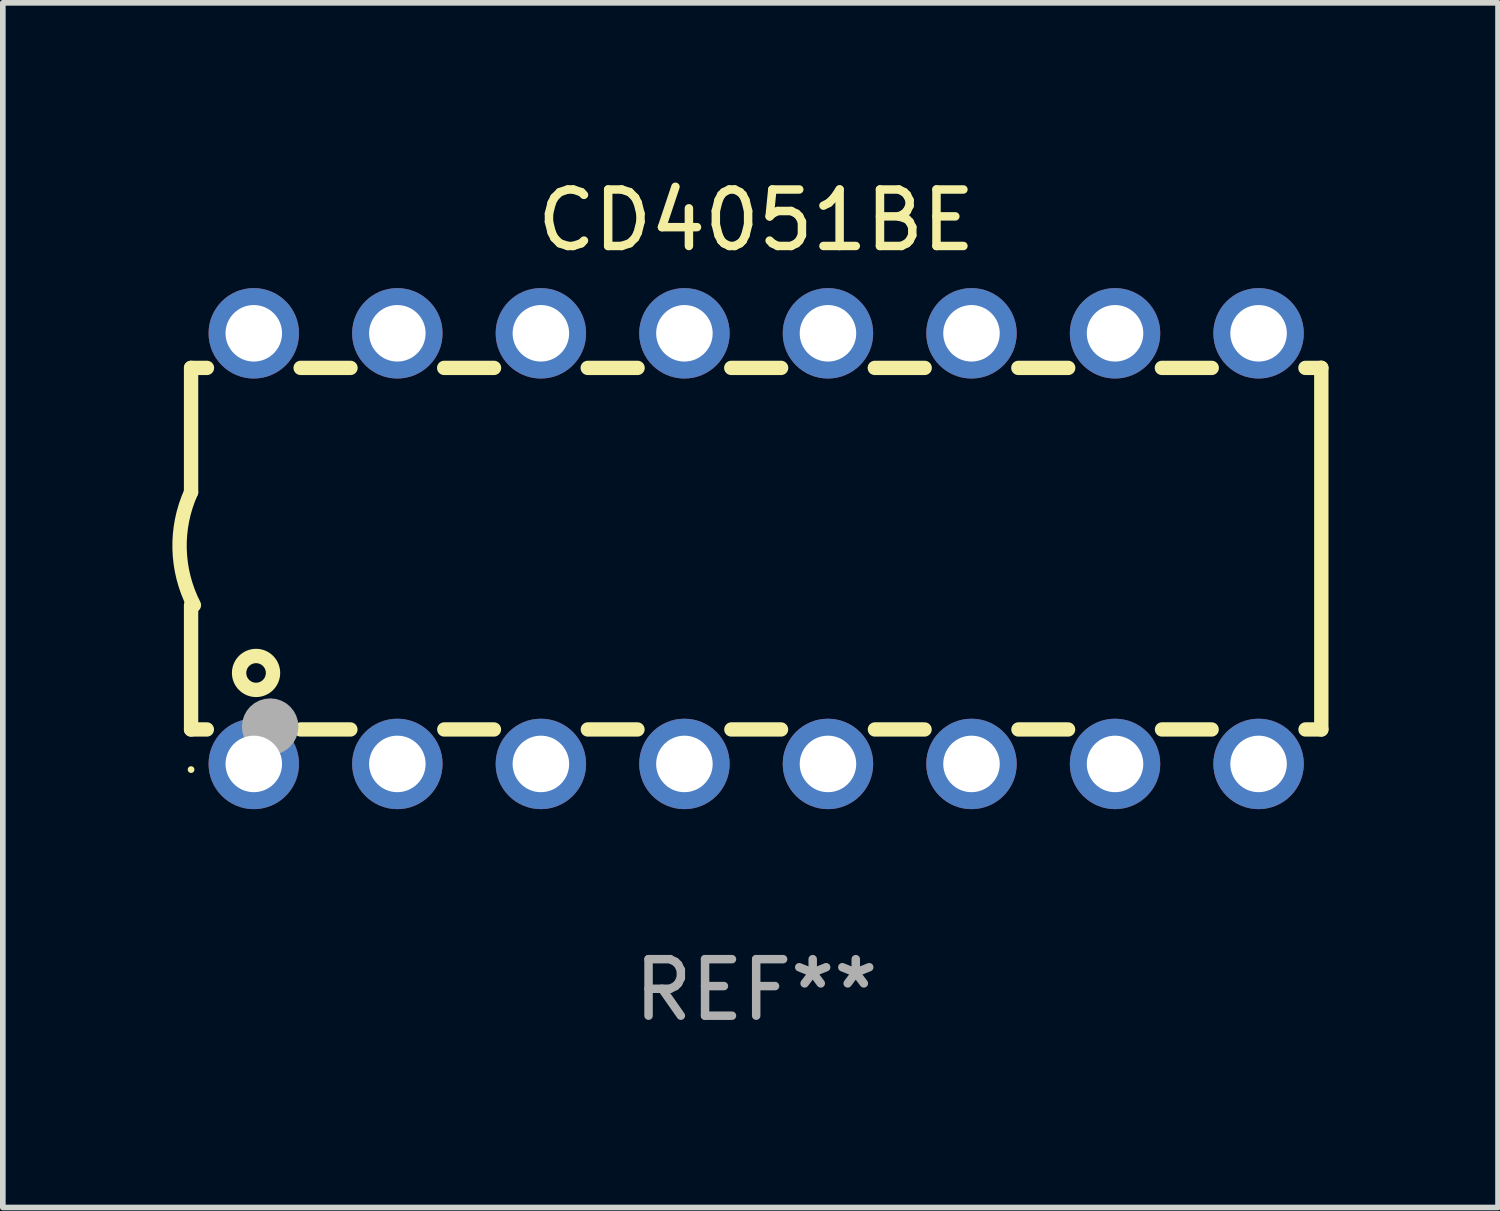
<source format=kicad_pcb>
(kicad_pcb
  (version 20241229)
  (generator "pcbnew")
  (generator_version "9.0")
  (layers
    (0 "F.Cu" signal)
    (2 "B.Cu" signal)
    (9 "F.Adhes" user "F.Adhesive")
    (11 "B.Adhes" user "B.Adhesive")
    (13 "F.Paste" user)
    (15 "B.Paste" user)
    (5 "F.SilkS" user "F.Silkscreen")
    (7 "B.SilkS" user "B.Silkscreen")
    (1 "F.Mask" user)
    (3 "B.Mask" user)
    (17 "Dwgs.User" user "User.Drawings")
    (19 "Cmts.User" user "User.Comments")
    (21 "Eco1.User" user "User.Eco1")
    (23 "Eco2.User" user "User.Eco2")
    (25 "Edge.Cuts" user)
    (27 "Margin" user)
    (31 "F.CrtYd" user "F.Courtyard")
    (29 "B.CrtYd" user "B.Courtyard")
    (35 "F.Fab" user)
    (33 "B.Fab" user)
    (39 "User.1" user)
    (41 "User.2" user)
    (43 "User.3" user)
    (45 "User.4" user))
  (footprint "CD4051BE"
    (layer "F.Cu")
    (at 10.331 6.658)
    (property "Reference" "CD4051BE" (at 0 -5.81 0) (layer "F.SilkS") (effects (font (size 1 1) (thickness 0.15))))
    (attr through_hole)
    (fp_line (start -10 -3.198) (end -9.719 -3.198) (stroke (width 0.254) (type solid)) (layer "F.SilkS"))
    (fp_line (start -10 -0.998) (end -10 -3.198) (stroke (width 0.254) (type solid)) (layer "F.SilkS"))
    (fp_line (start -10 3.2) (end -10 1) (stroke (width 0.254) (type solid)) (layer "F.SilkS"))
    (fp_line (start -10 3.2) (end -9.721 3.2) (stroke (width 0.254) (type solid)) (layer "F.SilkS"))
    (fp_line (start -8.061 -3.198) (end -7.179 -3.198) (stroke (width 0.254) (type solid)) (layer "F.SilkS"))
    (fp_line (start -8.059 3.2) (end -7.181 3.2) (stroke (width 0.254) (type solid)) (layer "F.SilkS"))
    (fp_line (start -5.521 -3.198) (end -4.639 -3.198) (stroke (width 0.254) (type solid)) (layer "F.SilkS"))
    (fp_line (start -5.519 3.2) (end -4.641 3.2) (stroke (width 0.254) (type solid)) (layer "F.SilkS"))
    (fp_line (start -2.981 -3.198) (end -2.099 -3.198) (stroke (width 0.254) (type solid)) (layer "F.SilkS"))
    (fp_line (start -2.979 3.2) (end -2.101 3.2) (stroke (width 0.254) (type solid)) (layer "F.SilkS"))
    (fp_line (start -0.441 -3.198) (end 0.441 -3.198) (stroke (width 0.254) (type solid)) (layer "F.SilkS"))
    (fp_line (start -0.439 3.2) (end 0.439 3.2) (stroke (width 0.254) (type solid)) (layer "F.SilkS"))
    (fp_line (start 2.099 -3.198) (end 2.981 -3.198) (stroke (width 0.254) (type solid)) (layer "F.SilkS"))
    (fp_line (start 2.101 3.2) (end 2.979 3.2) (stroke (width 0.254) (type solid)) (layer "F.SilkS"))
    (fp_line (start 4.639 -3.198) (end 5.521 -3.198) (stroke (width 0.254) (type solid)) (layer "F.SilkS"))
    (fp_line (start 4.641 3.2) (end 5.519 3.2) (stroke (width 0.254) (type solid)) (layer "F.SilkS"))
    (fp_line (start 7.179 -3.198) (end 8.061 -3.198) (stroke (width 0.254) (type solid)) (layer "F.SilkS"))
    (fp_line (start 7.181 3.2) (end 8.059 3.2) (stroke (width 0.254) (type solid)) (layer "F.SilkS"))
    (fp_line (start 9.719 -3.198) (end 10 -3.198) (stroke (width 0.254) (type solid)) (layer "F.SilkS"))
    (fp_line (start 9.721 3.2) (end 10 3.2) (stroke (width 0.254) (type solid)) (layer "F.SilkS"))
    (fp_line (start 10 3.2) (end 10 -3.2) (stroke (width 0.254) (type solid)) (layer "F.SilkS"))
    (fp_arc (start -9.949962 1) (mid -10.203153 0.005709) (end -10 -1) (stroke (width 0.254001) (type solid)) (layer "F.SilkS"))
    (fp_circle (center -10 3.91) (end -9.97 3.91) (stroke (width 0.06) (type solid)) (fill no) (layer "F.SilkS"))
    (fp_circle (center -8.85 2.2) (end -8.55 2.2) (stroke (width 0.254) (type solid)) (fill no) (layer "F.SilkS"))
    (fp_circle (center -8.6 3.15) (end -8.35 3.15) (stroke (width 0.5) (type solid)) (fill no) (layer "F.Fab"))
    (fp_text user "REF**" (at 0 7.81 0) (layer "F.Fab") (effects (font (size 1 1) (thickness 0.15))))
    (pad "1" thru_hole circle (at -8.89 3.81) (size 1.6 1.6) (drill 1) (layers "*.Cu" "*.Mask"))
    (pad "2" thru_hole circle (at -6.35 3.81) (size 1.6 1.6) (drill 1) (layers "*.Cu" "*.Mask"))
    (pad "3" thru_hole circle (at -3.81 3.81) (size 1.6 1.6) (drill 1) (layers "*.Cu" "*.Mask"))
    (pad "4" thru_hole circle (at -1.27 3.81) (size 1.6 1.6) (drill 1) (layers "*.Cu" "*.Mask"))
    (pad "5" thru_hole circle (at 1.27 3.81) (size 1.6 1.6) (drill 1) (layers "*.Cu" "*.Mask"))
    (pad "6" thru_hole circle (at 3.81 3.81) (size 1.6 1.6) (drill 1) (layers "*.Cu" "*.Mask"))
    (pad "7" thru_hole circle (at 6.35 3.81) (size 1.6 1.6) (drill 1) (layers "*.Cu" "*.Mask"))
    (pad "8" thru_hole circle (at 8.89 3.81) (size 1.6 1.6) (drill 1) (layers "*.Cu" "*.Mask"))
    (pad "9" thru_hole circle (at 8.89 -3.81) (size 1.6 1.6) (drill 1) (layers "*.Cu" "*.Mask"))
    (pad "10" thru_hole circle (at 6.35 -3.81) (size 1.6 1.6) (drill 1) (layers "*.Cu" "*.Mask"))
    (pad "11" thru_hole circle (at 3.81 -3.81) (size 1.6 1.6) (drill 1) (layers "*.Cu" "*.Mask"))
    (pad "12" thru_hole circle (at 1.27 -3.81) (size 1.6 1.6) (drill 1) (layers "*.Cu" "*.Mask"))
    (pad "13" thru_hole circle (at -1.27 -3.81) (size 1.6 1.6) (drill 1) (layers "*.Cu" "*.Mask"))
    (pad "14" thru_hole circle (at -3.81 -3.81) (size 1.6 1.6) (drill 1) (layers "*.Cu" "*.Mask"))
    (pad "15" thru_hole circle (at -6.35 -3.81) (size 1.6 1.6) (drill 1) (layers "*.Cu" "*.Mask"))
    (pad "16" thru_hole circle (at -8.89 -3.81) (size 1.6 1.6) (drill 1) (layers "*.Cu" "*.Mask")))
  (gr_rect
    (start -3 -3)
    (end 23.458 18.317)
    (stroke (width 0.1) (type default))
    (fill no)
    (layer "Edge.Cuts")))
</source>
